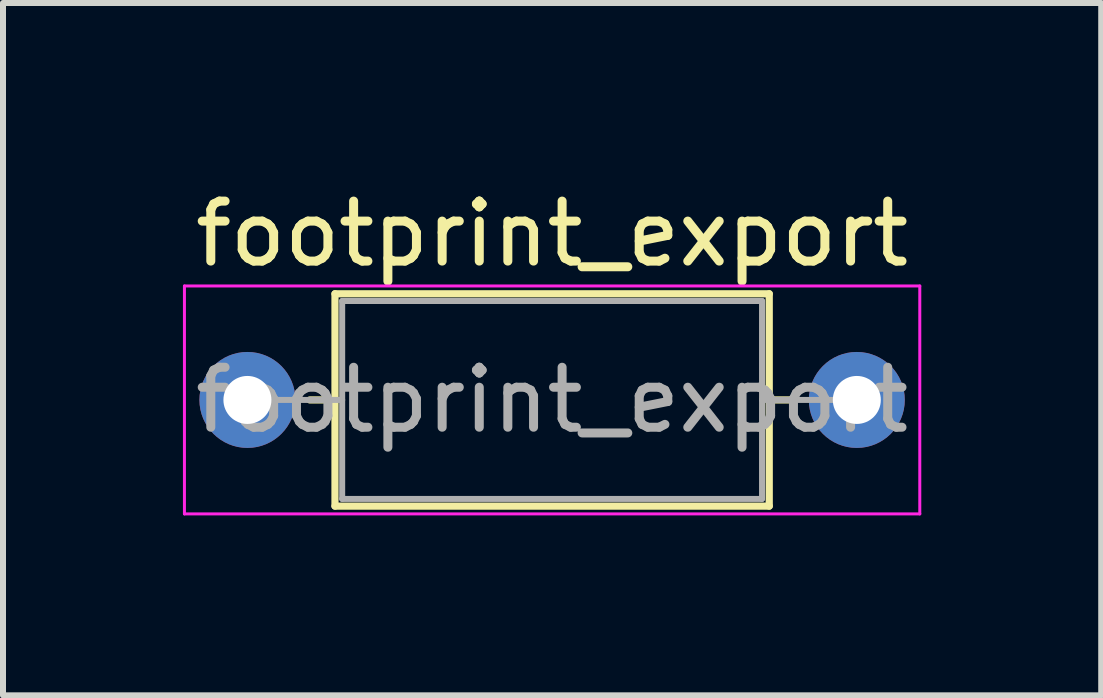
<source format=kicad_pcb>
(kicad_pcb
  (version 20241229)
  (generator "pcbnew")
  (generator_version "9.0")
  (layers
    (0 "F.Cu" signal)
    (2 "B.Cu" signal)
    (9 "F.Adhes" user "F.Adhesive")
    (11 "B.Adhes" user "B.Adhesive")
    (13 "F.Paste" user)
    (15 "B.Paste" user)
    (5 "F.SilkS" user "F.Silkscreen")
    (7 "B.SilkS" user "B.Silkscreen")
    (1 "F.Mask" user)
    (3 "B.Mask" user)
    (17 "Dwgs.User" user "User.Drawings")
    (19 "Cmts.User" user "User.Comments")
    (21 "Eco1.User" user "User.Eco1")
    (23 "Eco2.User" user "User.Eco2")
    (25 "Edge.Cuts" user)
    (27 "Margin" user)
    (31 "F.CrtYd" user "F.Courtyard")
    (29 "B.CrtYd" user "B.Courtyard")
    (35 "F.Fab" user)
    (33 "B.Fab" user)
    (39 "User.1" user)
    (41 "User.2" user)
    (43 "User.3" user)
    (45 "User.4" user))
  (footprint "footprint_export"
    (layer "F.Cu")
    (at 1.075 3.618)
    (property "Reference" "footprint_export" (at 5.08 -2.77 0) (layer "F.SilkS") (effects (font (size 1 1) (thickness 0.15))))
    (attr through_hole)
    (fp_line (start 1.04 0) (end 1.46 0) (stroke (width 0.12) (type solid)) (layer "F.SilkS"))
    (fp_line (start 1.46 -1.77) (end 1.46 1.77) (stroke (width 0.12) (type solid)) (layer "F.SilkS"))
    (fp_line (start 1.46 1.77) (end 8.7 1.77) (stroke (width 0.12) (type solid)) (layer "F.SilkS"))
    (fp_line (start 8.7 -1.77) (end 1.46 -1.77) (stroke (width 0.12) (type solid)) (layer "F.SilkS"))
    (fp_line (start 8.7 1.77) (end 8.7 -1.77) (stroke (width 0.12) (type solid)) (layer "F.SilkS"))
    (fp_line (start 9.12 0) (end 8.7 0) (stroke (width 0.12) (type solid)) (layer "F.SilkS"))
    (fp_line (start -1.05 -1.9) (end -1.05 1.9) (stroke (width 0.05) (type solid)) (layer "F.CrtYd"))
    (fp_line (start -1.05 1.9) (end 11.21 1.9) (stroke (width 0.05) (type solid)) (layer "F.CrtYd"))
    (fp_line (start 11.21 -1.9) (end -1.05 -1.9) (stroke (width 0.05) (type solid)) (layer "F.CrtYd"))
    (fp_line (start 11.21 1.9) (end 11.21 -1.9) (stroke (width 0.05) (type solid)) (layer "F.CrtYd"))
    (fp_line (start 0 0) (end 1.58 0) (stroke (width 0.1) (type solid)) (layer "F.Fab"))
    (fp_line (start 1.58 -1.65) (end 1.58 1.65) (stroke (width 0.1) (type solid)) (layer "F.Fab"))
    (fp_line (start 1.58 1.65) (end 8.58 1.65) (stroke (width 0.1) (type solid)) (layer "F.Fab"))
    (fp_line (start 8.58 -1.65) (end 1.58 -1.65) (stroke (width 0.1) (type solid)) (layer "F.Fab"))
    (fp_line (start 8.58 1.65) (end 8.58 -1.65) (stroke (width 0.1) (type solid)) (layer "F.Fab"))
    (fp_line (start 10.16 0) (end 8.58 0) (stroke (width 0.1) (type solid)) (layer "F.Fab"))
    (fp_text user "${REFERENCE}" (at 5.08 0 0) (layer "F.Fab") (effects (font (size 1 1) (thickness 0.15))))
    (pad "1" thru_hole circle (at 0 0) (size 1.6 1.6) (drill 0.8) (layers "*.Cu" "*.Mask"))
    (pad "2" thru_hole oval (at 10.16 0) (size 1.6 1.6) (drill 0.8) (layers "*.Cu" "*.Mask")))
  (gr_rect
    (start -3 -3)
    (end 15.31 8.543)
    (stroke (width 0.1) (type default))
    (fill no)
    (layer "Edge.Cuts")))
</source>
